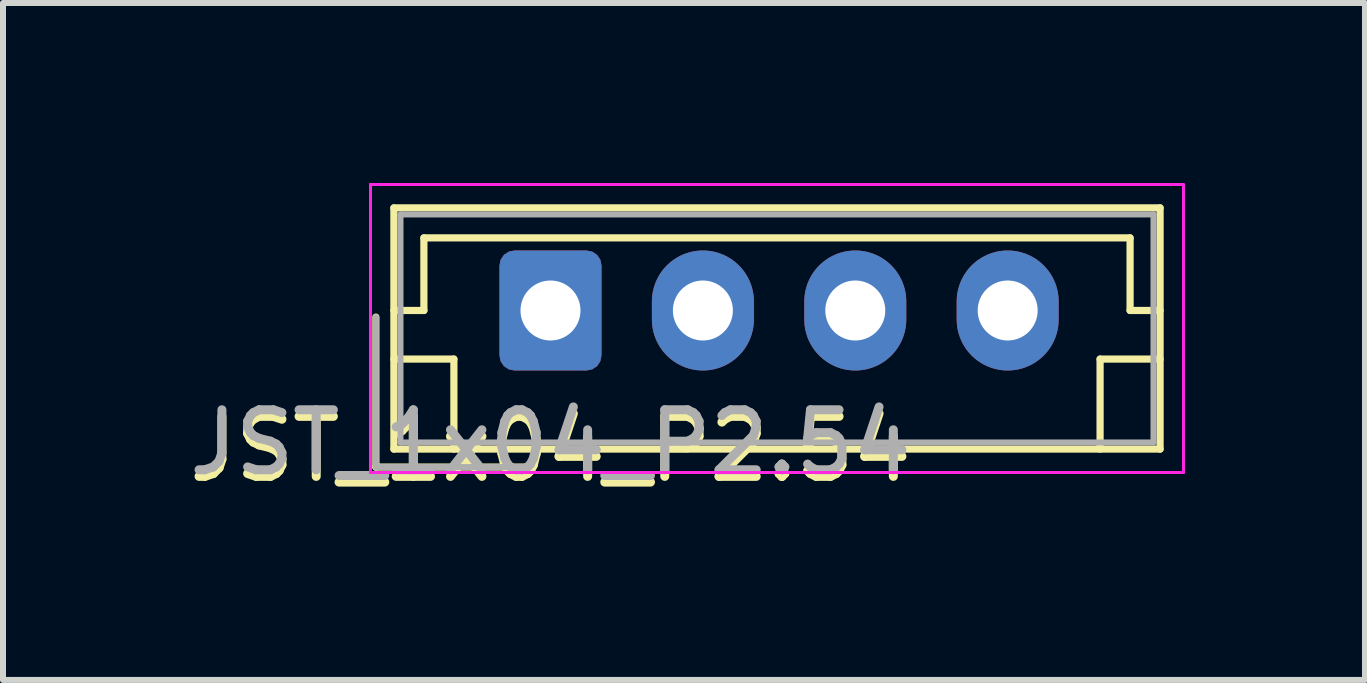
<source format=kicad_pcb>
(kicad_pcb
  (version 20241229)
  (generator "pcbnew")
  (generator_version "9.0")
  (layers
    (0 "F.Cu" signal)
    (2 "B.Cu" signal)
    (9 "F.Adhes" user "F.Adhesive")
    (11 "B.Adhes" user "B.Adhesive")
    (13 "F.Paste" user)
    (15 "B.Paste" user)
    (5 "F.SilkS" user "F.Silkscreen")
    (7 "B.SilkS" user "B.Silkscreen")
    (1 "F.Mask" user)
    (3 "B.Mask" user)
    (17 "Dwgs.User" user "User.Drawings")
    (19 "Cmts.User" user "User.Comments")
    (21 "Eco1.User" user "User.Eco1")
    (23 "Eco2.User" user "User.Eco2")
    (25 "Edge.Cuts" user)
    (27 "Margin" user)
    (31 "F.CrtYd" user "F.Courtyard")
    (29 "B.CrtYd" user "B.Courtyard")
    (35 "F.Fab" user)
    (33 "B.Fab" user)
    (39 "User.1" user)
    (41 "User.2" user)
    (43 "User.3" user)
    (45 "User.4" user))
  (footprint "JST_1x04_P2.54"
    (layer "F.Cu")
    (at 6.125 2.125)
    (property "Reference" "JST_1x04_P2.54" (at 0 2.31 0) (unlocked yes) (layer "F.SilkS") (effects (font (size 1 1) (thickness 0.15))))
    (attr through_hole)
    (fp_line (start -2.91 0.11) (end -2.91 2.61) (stroke (width 0.12) (type solid)) (layer "F.SilkS"))
    (fp_line (start -2.91 2.61) (end -0.41 2.61) (stroke (width 0.12) (type solid)) (layer "F.SilkS"))
    (fp_line (start -2.61 -1.71) (end -2.61 2.31) (stroke (width 0.12) (type solid)) (layer "F.SilkS"))
    (fp_line (start -2.61 0) (end -2.11 0) (stroke (width 0.12) (type solid)) (layer "F.SilkS"))
    (fp_line (start -2.61 0.81) (end -1.61 0.81) (stroke (width 0.12) (type solid)) (layer "F.SilkS"))
    (fp_line (start -2.61 2.31) (end 10.16 2.31) (stroke (width 0.12) (type solid)) (layer "F.SilkS"))
    (fp_line (start -2.11 -1.21) (end 9.66 -1.21) (stroke (width 0.12) (type solid)) (layer "F.SilkS"))
    (fp_line (start -2.11 0) (end -2.11 -1.21) (stroke (width 0.12) (type solid)) (layer "F.SilkS"))
    (fp_line (start -1.61 0.81) (end -1.61 2.31) (stroke (width 0.12) (type solid)) (layer "F.SilkS"))
    (fp_line (start 9.16 0.81) (end 9.16 2.31) (stroke (width 0.12) (type solid)) (layer "F.SilkS"))
    (fp_line (start 9.66 -1.21) (end 9.66 0) (stroke (width 0.12) (type solid)) (layer "F.SilkS"))
    (fp_line (start 9.66 0) (end 10.16 0) (stroke (width 0.12) (type solid)) (layer "F.SilkS"))
    (fp_line (start 10.16 -1.71) (end -2.61 -1.71) (stroke (width 0.12) (type solid)) (layer "F.SilkS"))
    (fp_line (start 10.16 0.81) (end 9.16 0.81) (stroke (width 0.12) (type solid)) (layer "F.SilkS"))
    (fp_line (start 10.16 2.31) (end 10.16 -1.71) (stroke (width 0.12) (type solid)) (layer "F.SilkS"))
    (fp_line (start -3 -2.1) (end -3 2.7) (stroke (width 0.05) (type solid)) (layer "F.CrtYd"))
    (fp_line (start -3 2.7) (end 10.55 2.7) (stroke (width 0.05) (type solid)) (layer "F.CrtYd"))
    (fp_line (start 10.55 -2.1) (end -3 -2.1) (stroke (width 0.05) (type solid)) (layer "F.CrtYd"))
    (fp_line (start 10.55 2.7) (end 10.55 -2.1) (stroke (width 0.05) (type solid)) (layer "F.CrtYd"))
    (fp_line (start -2.91 0.11) (end -2.91 2.61) (stroke (width 0.1) (type solid)) (layer "F.Fab"))
    (fp_line (start -2.91 2.61) (end -0.41 2.61) (stroke (width 0.1) (type solid)) (layer "F.Fab"))
    (fp_line (start -2.5 -1.6) (end -2.5 2.2) (stroke (width 0.1) (type solid)) (layer "F.Fab"))
    (fp_line (start -2.5 2.2) (end 10.05 2.2) (stroke (width 0.1) (type solid)) (layer "F.Fab"))
    (fp_line (start 10.05 -1.6) (end -2.5 -1.6) (stroke (width 0.1) (type solid)) (layer "F.Fab"))
    (fp_line (start 10.05 2.2) (end 10.05 -1.6) (stroke (width 0.1) (type solid)) (layer "F.Fab"))
    (fp_text user "${REFERENCE}" (at 0 2.2 0) (layer "F.Fab") (effects (font (size 1 1) (thickness 0.15))))
    (pad "1" thru_hole roundrect (at 0 0) (size 1.7 2) (drill 1) (layers "*.Cu" "*.Mask") (roundrect_rratio 0.147))
    (pad "2" thru_hole oval (at 2.54 0) (size 1.7 2) (drill 1) (layers "*.Cu" "*.Mask"))
    (pad "3" thru_hole oval (at 5.08 0) (size 1.7 2) (drill 1) (layers "*.Cu" "*.Mask"))
    (pad "4" thru_hole oval (at 7.62 0) (size 1.7 2) (drill 1) (layers "*.Cu" "*.Mask")))
  (gr_rect
    (start -3 -3)
    (end 19.7 8.283)
    (stroke (width 0.1) (type default))
    (fill no)
    (layer "Edge.Cuts")))
</source>
